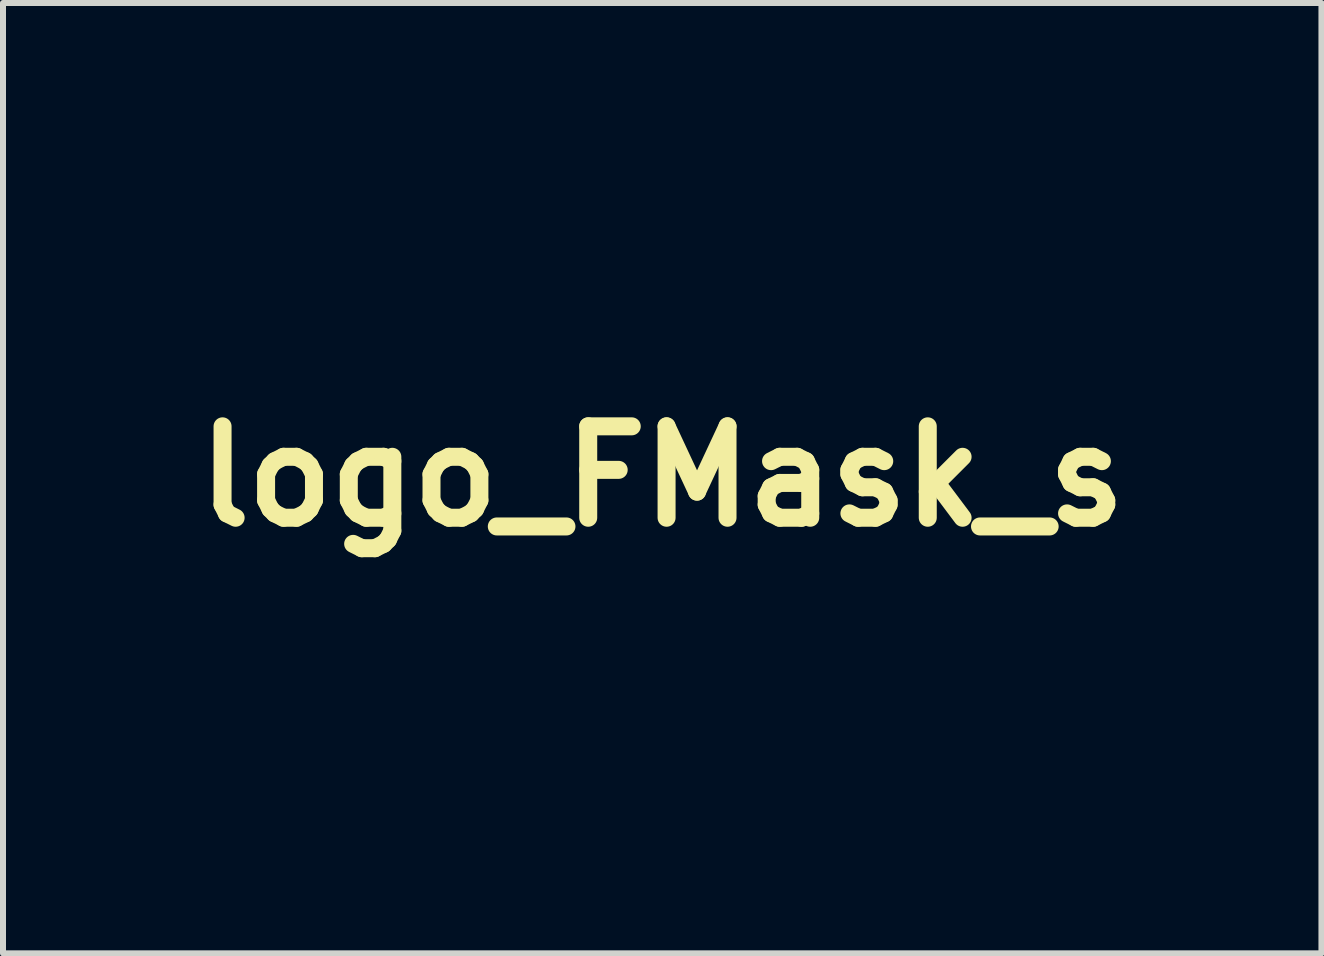
<source format=kicad_pcb>
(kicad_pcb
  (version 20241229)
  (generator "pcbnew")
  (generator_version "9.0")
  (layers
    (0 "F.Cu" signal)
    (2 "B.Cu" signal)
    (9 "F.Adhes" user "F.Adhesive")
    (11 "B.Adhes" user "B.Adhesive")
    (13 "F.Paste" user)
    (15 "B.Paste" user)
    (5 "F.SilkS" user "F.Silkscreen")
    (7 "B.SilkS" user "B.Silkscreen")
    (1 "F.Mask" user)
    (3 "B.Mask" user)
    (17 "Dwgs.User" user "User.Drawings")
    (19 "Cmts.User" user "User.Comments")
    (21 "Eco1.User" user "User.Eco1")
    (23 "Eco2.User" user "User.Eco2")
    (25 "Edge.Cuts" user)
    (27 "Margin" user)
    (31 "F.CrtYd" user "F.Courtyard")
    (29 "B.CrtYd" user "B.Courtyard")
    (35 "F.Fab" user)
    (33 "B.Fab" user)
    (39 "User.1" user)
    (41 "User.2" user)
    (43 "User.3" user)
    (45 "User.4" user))
  (footprint "logo_FMask_s"
    (layer "F.Cu")
    (at 7.99 4.892)
    (property "Reference" "logo_FMask_s" (at 0 0 0) (layer "F.SilkS") (effects (font (size 1.524 1.524) (thickness 0.3))))
    (attr through_hole)
    (fp_poly (pts (xy 3.048 -0.381) (xy -2.921 -0.381) (xy -2.921 -0.889) (xy 3.048 -0.889) (xy 3.048 -0.381)) (stroke (width 0.01) (type solid)) (fill yes) (layer "F.Mask"))
    (fp_poly (pts (xy 3.048 0.445) (xy -2.985 0.445) (xy -2.985 -0.064) (xy 3.048 -0.064) (xy 3.048 0.445)) (stroke (width 0.01) (type solid)) (fill yes) (layer "F.Mask"))
    (fp_poly (pts (xy 3.048 1.143) (xy -2.985 1.143) (xy -2.985 0.699) (xy 3.048 0.699) (xy 3.048 1.143)) (stroke (width 0.01) (type solid)) (fill yes) (layer "F.Mask"))
    (fp_poly (pts (xy 3.048 1.968) (xy -2.985 1.968) (xy -2.985 1.46) (xy 3.048 1.46) (xy 3.048 1.968)) (stroke (width 0.01) (type solid)) (fill yes) (layer "F.Mask"))
    (fp_poly (pts (xy 3.111 -1.143) (xy -2.985 -1.143) (xy -2.985 -1.651) (xy 3.111 -1.651) (xy 3.111 -1.143)) (stroke (width 0.01) (type solid)) (fill yes) (layer "F.Mask"))
    (fp_poly (pts (xy 2.551 -4.031) (xy 3.086 -3.847) (xy 3.582 -3.677) (xy 4.027 -3.525) (xy 4.409 -3.395) (xy 4.714 -3.291) (xy 4.93 -3.218) (xy 5.046 -3.18) (xy 5.061 -3.175) (xy 5.069 -3.116) (xy 5.076 -2.958) (xy 5.079 -2.728) (xy 5.08 -2.572) (xy 5.08 -1.968) (xy 4.508 -1.968) (xy 4.508 -2.711) (xy 0.032 -4.21) (xy -4.35 -2.699) (xy -4.369 -2.302) (xy -4.388 -1.905) (xy -5.021 -1.905) (xy -5.003 -2.519) (xy -4.985 -3.134) (xy 0.06 -4.887) (xy 2.551 -4.031)) (stroke (width 0.01) (type solid)) (fill yes) (layer "F.Mask"))
    (fp_poly (pts (xy -4.151 3.622) (xy -3.991 3.633) (xy -3.908 3.658) (xy -3.877 3.704) (xy -3.873 3.747) (xy -3.903 3.839) (xy -4.015 3.872) (xy -4.064 3.873) (xy -4.255 3.873) (xy -4.255 4.381) (xy -4.256 4.633) (xy -4.267 4.784) (xy -4.294 4.86) (xy -4.346 4.886) (xy -4.413 4.889) (xy -4.492 4.884) (xy -4.539 4.851) (xy -4.563 4.763) (xy -4.571 4.596) (xy -4.572 4.381) (xy -4.572 3.873) (xy -4.763 3.873) (xy -4.902 3.854) (xy -4.951 3.779) (xy -4.953 3.747) (xy -4.943 3.685) (xy -4.896 3.647) (xy -4.788 3.627) (xy -4.594 3.62) (xy -4.413 3.619) (xy -4.151 3.622)) (stroke (width 0.01) (type solid)) (fill yes) (layer "F.Mask"))
    (fp_poly (pts (xy 0.147 -3.664) (xy 0.312 -3.614) (xy 0.573 -3.528) (xy 0.932 -3.406) (xy 1.393 -3.245) (xy 1.961 -3.044) (xy 2.638 -2.803) (xy 3.43 -2.519) (xy 3.762 -2.4) (xy 3.937 -2.337) (xy 3.937 0.228) (xy 3.937 2.794) (xy -3.811 2.794) (xy -3.795 0.214) (xy -3.782 -1.841) (xy -3.175 -1.841) (xy -3.175 2.159) (xy 3.302 2.159) (xy 3.302 -1.841) (xy -3.175 -1.841) (xy -3.782 -1.841) (xy -3.778 -2.366) (xy -1.905 -3.021) (xy -1.439 -3.183) (xy -1.009 -3.331) (xy -0.63 -3.459) (xy -0.317 -3.562) (xy -0.086 -3.636) (xy 0.048 -3.675) (xy 0.072 -3.68) (xy 0.147 -3.664)) (stroke (width 0.01) (type solid)) (fill yes) (layer "F.Mask"))
    (fp_poly (pts (xy -1.946 3.624) (xy -1.831 3.644) (xy -1.785 3.69) (xy -1.778 3.747) (xy -1.803 3.834) (xy -1.9 3.869) (xy -2 3.873) (xy -2.153 3.888) (xy -2.215 3.943) (xy -2.223 4) (xy -2.198 4.088) (xy -2.101 4.123) (xy -2 4.128) (xy -1.847 4.142) (xy -1.785 4.197) (xy -1.778 4.255) (xy -1.803 4.342) (xy -1.9 4.377) (xy -2 4.381) (xy -2.153 4.396) (xy -2.215 4.451) (xy -2.223 4.508) (xy -2.198 4.596) (xy -2.101 4.631) (xy -2 4.636) (xy -1.847 4.65) (xy -1.785 4.705) (xy -1.778 4.763) (xy -1.792 4.833) (xy -1.853 4.872) (xy -1.99 4.887) (xy -2.159 4.889) (xy -2.54 4.889) (xy -2.54 3.619) (xy -2.159 3.619) (xy -1.946 3.624)) (stroke (width 0.01) (type solid)) (fill yes) (layer "F.Mask"))
    (fp_poly (pts (xy 4.912 3.624) (xy 5.027 3.644) (xy 5.073 3.69) (xy 5.08 3.747) (xy 5.055 3.834) (xy 4.958 3.869) (xy 4.858 3.873) (xy 4.705 3.888) (xy 4.643 3.943) (xy 4.636 4) (xy 4.665 4.093) (xy 4.777 4.126) (xy 4.826 4.128) (xy 4.965 4.147) (xy 5.015 4.222) (xy 5.016 4.255) (xy 4.987 4.347) (xy 4.875 4.38) (xy 4.826 4.381) (xy 4.687 4.401) (xy 4.637 4.476) (xy 4.636 4.508) (xy 4.66 4.596) (xy 4.757 4.631) (xy 4.858 4.636) (xy 5.011 4.65) (xy 5.073 4.705) (xy 5.08 4.763) (xy 5.066 4.833) (xy 5.005 4.872) (xy 4.868 4.887) (xy 4.699 4.889) (xy 4.318 4.889) (xy 4.318 3.619) (xy 4.699 3.619) (xy 4.912 3.624)) (stroke (width 0.01) (type solid)) (fill yes) (layer "F.Mask"))
    (fp_poly (pts (xy 1.404 3.635) (xy 1.588 3.689) (xy 1.685 3.793) (xy 1.714 3.956) (xy 1.714 3.963) (xy 1.688 4.133) (xy 1.624 4.25) (xy 1.621 4.253) (xy 1.572 4.316) (xy 1.586 4.4) (xy 1.672 4.542) (xy 1.685 4.561) (xy 1.797 4.738) (xy 1.83 4.837) (xy 1.781 4.88) (xy 1.656 4.889) (xy 1.508 4.859) (xy 1.388 4.749) (xy 1.333 4.667) (xy 1.235 4.528) (xy 1.154 4.451) (xy 1.138 4.445) (xy 1.099 4.501) (xy 1.08 4.638) (xy 1.079 4.667) (xy 1.068 4.818) (xy 1.014 4.879) (xy 0.921 4.889) (xy 0.849 4.886) (xy 0.803 4.859) (xy 0.777 4.785) (xy 0.765 4.642) (xy 0.762 4.406) (xy 0.762 4.255) (xy 0.762 4.032) (xy 1.079 4.032) (xy 1.1 4.162) (xy 1.173 4.179) (xy 1.263 4.133) (xy 1.319 4.041) (xy 1.29 3.935) (xy 1.196 3.875) (xy 1.177 3.873) (xy 1.098 3.928) (xy 1.079 4.032) (xy 0.762 4.032) (xy 0.762 3.619) (xy 1.115 3.619) (xy 1.404 3.635)) (stroke (width 0.01) (type solid)) (fill yes) (layer "F.Mask"))
    (fp_poly (pts (xy -2.754 3.623) (xy -2.708 3.65) (xy -2.682 3.724) (xy -2.67 3.867) (xy -2.667 4.103) (xy -2.667 4.255) (xy -2.668 4.543) (xy -2.675 4.727) (xy -2.693 4.831) (xy -2.729 4.877) (xy -2.788 4.889) (xy -2.826 4.889) (xy -2.928 4.876) (xy -2.973 4.81) (xy -2.984 4.658) (xy -2.985 4.636) (xy -2.991 4.473) (xy -3.033 4.401) (xy -3.149 4.382) (xy -3.239 4.381) (xy -3.401 4.388) (xy -3.473 4.43) (xy -3.492 4.546) (xy -3.493 4.636) (xy -3.501 4.799) (xy -3.542 4.872) (xy -3.637 4.889) (xy -3.651 4.889) (xy -3.723 4.886) (xy -3.769 4.859) (xy -3.795 4.785) (xy -3.807 4.642) (xy -3.81 4.406) (xy -3.81 4.255) (xy -3.809 3.966) (xy -3.802 3.782) (xy -3.784 3.678) (xy -3.748 3.632) (xy -3.689 3.62) (xy -3.651 3.619) (xy -3.549 3.633) (xy -3.504 3.699) (xy -3.493 3.851) (xy -3.493 3.873) (xy -3.486 4.036) (xy -3.444 4.108) (xy -3.328 4.127) (xy -3.239 4.128) (xy -3.076 4.121) (xy -3.004 4.079) (xy -2.985 3.963) (xy -2.985 3.873) (xy -2.976 3.71) (xy -2.935 3.637) (xy -2.84 3.62) (xy -2.826 3.619) (xy -2.754 3.623)) (stroke (width 0.01) (type solid)) (fill yes) (layer "F.Mask"))
    (fp_poly (pts (xy -0.807 3.596) (xy -0.678 3.668) (xy -0.635 3.782) (xy -0.649 3.875) (xy -0.714 3.915) (xy -0.866 3.919) (xy -0.896 3.917) (xy -1.083 3.925) (xy -1.207 3.987) (xy -1.291 4.083) (xy -1.377 4.213) (xy -1.386 4.311) (xy -1.33 4.432) (xy -1.228 4.547) (xy -1.097 4.617) (xy -0.974 4.634) (xy -0.898 4.587) (xy -0.889 4.544) (xy -0.942 4.462) (xy -1.016 4.445) (xy -1.116 4.408) (xy -1.143 4.286) (xy -1.131 4.188) (xy -1.073 4.142) (xy -0.934 4.128) (xy -0.857 4.128) (xy -0.572 4.128) (xy -0.567 4.461) (xy -0.566 4.604) (xy -0.561 4.69) (xy -0.544 4.707) (xy -0.508 4.644) (xy -0.446 4.491) (xy -0.356 4.255) (xy -0.018 4.255) (xy -0.015 4.357) (xy 0.064 4.381) (xy 0.147 4.348) (xy 0.145 4.255) (xy 0.098 4.152) (xy 0.064 4.128) (xy 0.01 4.18) (xy -0.018 4.255) (xy -0.356 4.255) (xy -0.349 4.237) (xy -0.278 4.048) (xy -0.19 3.826) (xy -0.122 3.697) (xy -0.053 3.637) (xy 0.041 3.62) (xy 0.085 3.62) (xy 0.179 3.625) (xy 0.248 3.655) (xy 0.308 3.733) (xy 0.374 3.88) (xy 0.461 4.119) (xy 0.492 4.207) (xy 0.581 4.462) (xy 0.65 4.672) (xy 0.691 4.808) (xy 0.699 4.842) (xy 0.644 4.876) (xy 0.515 4.889) (xy 0.362 4.856) (xy 0.299 4.763) (xy 0.219 4.663) (xy 0.082 4.628) (xy -0.06 4.658) (xy -0.154 4.751) (xy -0.159 4.765) (xy -0.22 4.855) (xy -0.349 4.888) (xy -0.434 4.889) (xy -0.652 4.894) (xy -0.899 4.912) (xy -0.953 4.918) (xy -1.159 4.926) (xy -1.334 4.906) (xy -1.374 4.893) (xy -1.563 4.75) (xy -1.679 4.533) (xy -1.717 4.278) (xy -1.671 4.022) (xy -1.557 3.823) (xy -1.396 3.692) (xy -1.197 3.609) (xy -0.99 3.576) (xy -0.807 3.596)) (stroke (width 0.01) (type solid)) (fill yes) (layer "F.Mask"))
    (fp_poly (pts (xy 3.993 3.612) (xy 4.107 3.705) (xy 4.128 3.791) (xy 4.114 3.897) (xy 4.047 3.923) (xy 3.934 3.905) (xy 3.723 3.908) (xy 3.555 3.997) (xy 3.448 4.144) (xy 3.421 4.319) (xy 3.493 4.495) (xy 3.529 4.536) (xy 3.654 4.615) (xy 3.781 4.631) (xy 3.863 4.583) (xy 3.873 4.54) (xy 3.821 4.463) (xy 3.747 4.445) (xy 3.647 4.408) (xy 3.619 4.286) (xy 3.631 4.188) (xy 3.69 4.142) (xy 3.828 4.128) (xy 3.905 4.128) (xy 4.191 4.128) (xy 4.191 4.501) (xy 4.188 4.71) (xy 4.167 4.825) (xy 4.113 4.881) (xy 4.01 4.91) (xy 3.993 4.913) (xy 3.761 4.947) (xy 3.581 4.931) (xy 3.408 4.87) (xy 3.243 4.761) (xy 3.134 4.635) (xy 3.081 4.56) (xy 3.078 4.595) (xy 3.125 4.732) (xy 3.15 4.794) (xy 3.147 4.862) (xy 3.05 4.888) (xy 2.985 4.889) (xy 2.826 4.864) (xy 2.753 4.776) (xy 2.749 4.763) (xy 2.677 4.664) (xy 2.527 4.636) (xy 2.371 4.666) (xy 2.304 4.763) (xy 2.23 4.863) (xy 2.088 4.889) (xy 1.957 4.875) (xy 1.904 4.842) (xy 1.924 4.765) (xy 1.976 4.597) (xy 2.054 4.366) (xy 2.083 4.281) (xy 2.438 4.281) (xy 2.444 4.366) (xy 2.501 4.381) (xy 2.59 4.341) (xy 2.603 4.302) (xy 2.581 4.211) (xy 2.537 4.123) (xy 2.494 4.079) (xy 2.477 4.106) (xy 2.455 4.229) (xy 2.438 4.281) (xy 2.083 4.281) (xy 2.109 4.207) (xy 2.204 3.938) (xy 2.275 3.767) (xy 2.334 3.672) (xy 2.399 3.63) (xy 2.485 3.62) (xy 2.518 3.619) (xy 2.636 3.629) (xy 2.715 3.678) (xy 2.783 3.794) (xy 2.853 3.971) (xy 2.925 4.174) (xy 2.976 4.333) (xy 2.991 4.4) (xy 3.006 4.392) (xy 3.035 4.285) (xy 3.053 4.198) (xy 3.143 3.919) (xy 3.296 3.736) (xy 3.53 3.626) (xy 3.541 3.623) (xy 3.798 3.582) (xy 3.993 3.612)) (stroke (width 0.01) (type solid)) (fill yes) (layer "F.Mask")))
  (gr_rect
    (start -3 -3)
    (end 18.98 12.843)
    (stroke (width 0.1) (type default))
    (fill no)
    (layer "Edge.Cuts")))
</source>
